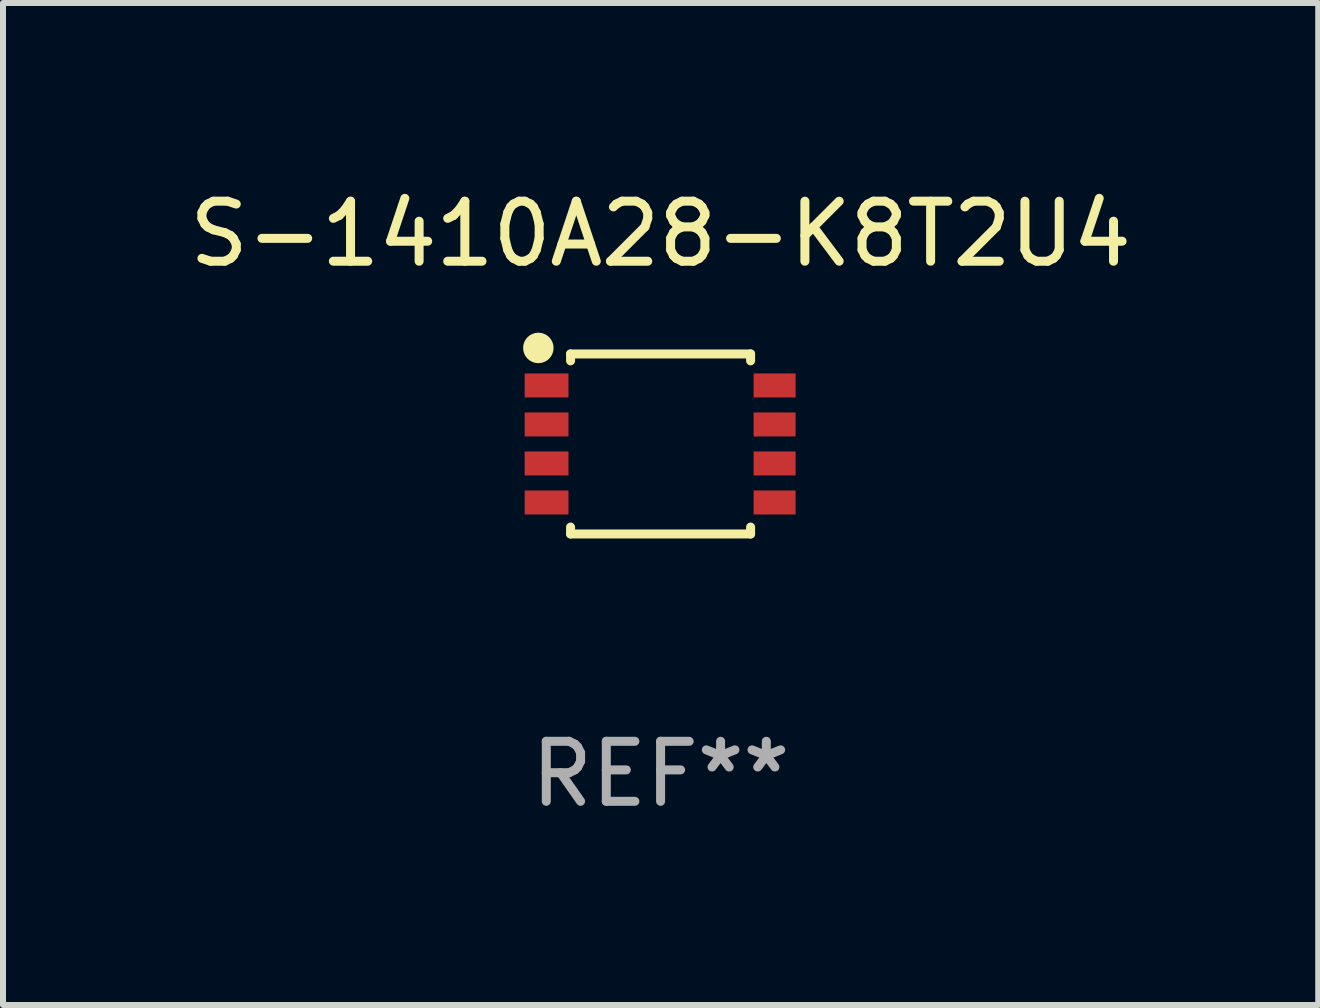
<source format=kicad_pcb>
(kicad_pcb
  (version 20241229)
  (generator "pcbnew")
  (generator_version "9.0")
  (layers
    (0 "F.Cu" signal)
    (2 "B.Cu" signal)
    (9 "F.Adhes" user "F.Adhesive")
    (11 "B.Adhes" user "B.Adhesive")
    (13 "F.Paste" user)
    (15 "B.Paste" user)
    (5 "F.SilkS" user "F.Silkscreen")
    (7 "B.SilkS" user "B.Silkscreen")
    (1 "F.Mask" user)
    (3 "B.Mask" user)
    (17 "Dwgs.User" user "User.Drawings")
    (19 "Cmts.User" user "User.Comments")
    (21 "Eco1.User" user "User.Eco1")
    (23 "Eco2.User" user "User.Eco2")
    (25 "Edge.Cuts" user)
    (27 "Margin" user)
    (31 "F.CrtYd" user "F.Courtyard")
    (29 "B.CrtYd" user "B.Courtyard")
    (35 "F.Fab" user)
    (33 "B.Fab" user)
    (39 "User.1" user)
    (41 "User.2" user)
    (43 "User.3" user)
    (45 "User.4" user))
  (footprint "S-1410A28-K8T2U4"
    (layer "F.Cu")
    (at 7.958 4.348)
    (property "Reference" "S-1410A28-K8T2U4" (at 0 -3.5 0) (layer "F.SilkS") (effects (font (size 1 1) (thickness 0.15))))
    (attr through_hole)
    (fp_line (start -1.5 -1.5) (end 1.5 -1.5) (stroke (width 0.15) (type solid)) (layer "F.SilkS"))
    (fp_line (start -1.5 -1.385) (end -1.5 -1.5) (stroke (width 0.15) (type solid)) (layer "F.SilkS"))
    (fp_line (start -1.5 1.5) (end -1.5 1.385) (stroke (width 0.15) (type solid)) (layer "F.SilkS"))
    (fp_line (start 1.5 -1.5) (end 1.5 -1.385) (stroke (width 0.15) (type solid)) (layer "F.SilkS"))
    (fp_line (start 1.5 1.385) (end 1.5 1.5) (stroke (width 0.15) (type solid)) (layer "F.SilkS"))
    (fp_line (start 1.5 1.5) (end -1.5 1.5) (stroke (width 0.15) (type solid)) (layer "F.SilkS"))
    (fp_circle (center -2.037 -1.6) (end -1.91 -1.6) (stroke (width 0.254) (type solid)) (fill no) (layer "F.SilkS"))
    (fp_text user "REF**" (at 0 5.5 0) (layer "F.Fab") (effects (font (size 1 1) (thickness 0.15))))
    (pad "1" smd rect (at -1.9 -0.975 180) (size 0.73 0.4) (layers "F.Cu" "F.Mask" "F.Paste"))
    (pad "2" smd rect (at -1.9 -0.325 180) (size 0.73 0.4) (layers "F.Cu" "F.Mask" "F.Paste"))
    (pad "3" smd rect (at -1.9 0.325 180) (size 0.73 0.4) (layers "F.Cu" "F.Mask" "F.Paste"))
    (pad "4" smd rect (at -1.9 0.975 180) (size 0.73 0.4) (layers "F.Cu" "F.Mask" "F.Paste"))
    (pad "5" smd rect (at 1.9 0.975 180) (size 0.7 0.4) (layers "F.Cu" "F.Mask" "F.Paste"))
    (pad "6" smd rect (at 1.9 0.325 180) (size 0.7 0.4) (layers "F.Cu" "F.Mask" "F.Paste"))
    (pad "7" smd rect (at 1.9 -0.325 180) (size 0.7 0.4) (layers "F.Cu" "F.Mask" "F.Paste"))
    (pad "8" smd rect (at 1.9 -0.975 180) (size 0.7 0.4) (layers "F.Cu" "F.Mask" "F.Paste")))
  (gr_rect
    (start -3 -3)
    (end 18.917 13.697)
    (stroke (width 0.1) (type default))
    (fill no)
    (layer "Edge.Cuts")))
</source>
